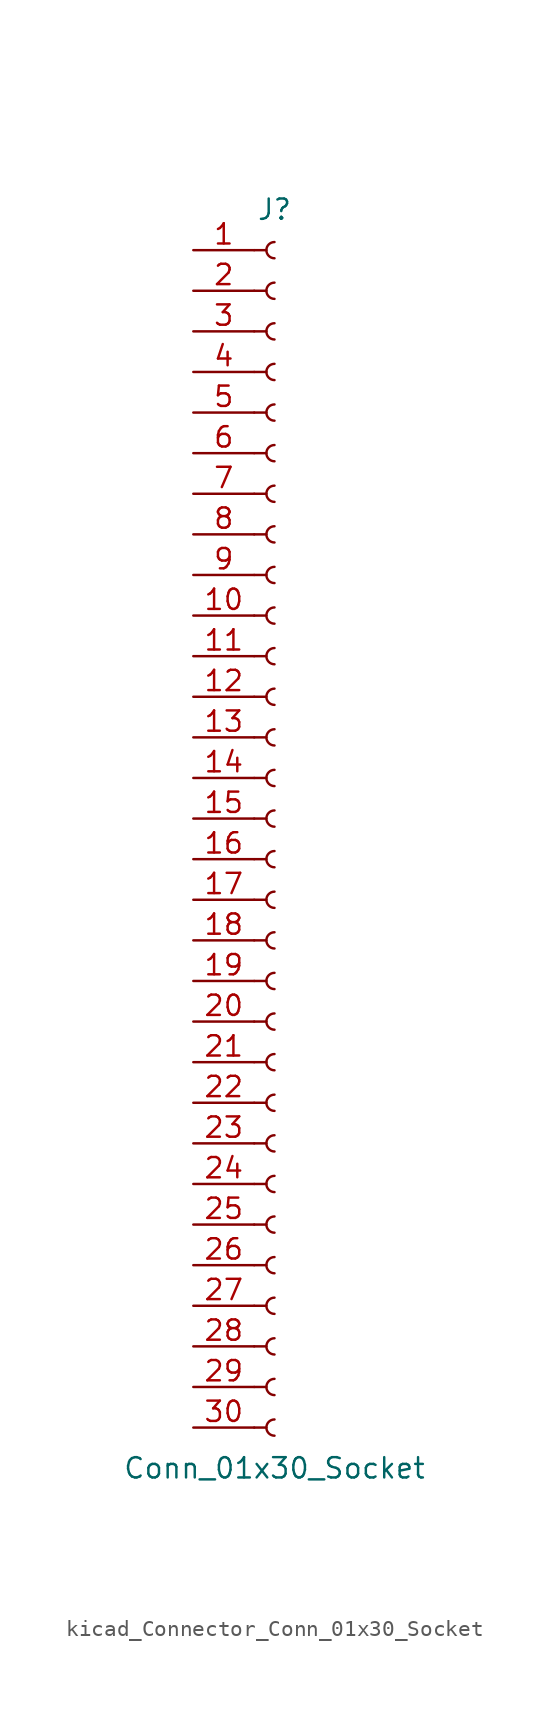
<source format=kicad_sym>
(kicad_symbol_lib
  (version 20220914)
  (generator kicad_symbol_editor)
  (symbol "kicad_Connector_Conn_01x30_Socket"
    (pin_names
      (offset 1.016) hide)
    (property "Reference" "J"
      (at 0 38.1 0)
      (effects (font (size 1.27 1.27))))
    (property "Value" "Conn_01x30_Socket"
      (at 0 -40.64 0)
      (effects (font (size 1.27 1.27))))
    (property "ki_locked" ""
      (at 0 0 0)
      (effects (font (size 1.27 1.27))))
    (symbol "kicad_Connector_Conn_01x30_Socket_1_1"
      (arc (start 0 -37.592) (mid -0.5058 -38.1) (end 0 -38.608) (stroke (width 0.1524) (type default)) (fill (type none)))
      (arc (start 0 -35.052) (mid -0.5058 -35.56) (end 0 -36.068) (stroke (width 0.1524) (type default)) (fill (type none)))
      (arc (start 0 -32.512) (mid -0.5058 -33.02) (end 0 -33.528) (stroke (width 0.1524) (type default)) (fill (type none)))
      (arc (start 0 -29.972) (mid -0.5058 -30.48) (end 0 -30.988) (stroke (width 0.1524) (type default)) (fill (type none)))
      (arc (start 0 -27.432) (mid -0.5058 -27.94) (end 0 -28.448) (stroke (width 0.1524) (type default)) (fill (type none)))
      (arc (start 0 -24.892) (mid -0.5058 -25.4) (end 0 -25.908) (stroke (width 0.1524) (type default)) (fill (type none)))
      (arc (start 0 -22.352) (mid -0.5058 -22.86) (end 0 -23.368) (stroke (width 0.1524) (type default)) (fill (type none)))
      (arc (start 0 -19.812) (mid -0.5058 -20.32) (end 0 -20.828) (stroke (width 0.1524) (type default)) (fill (type none)))
      (arc (start 0 -17.272) (mid -0.5058 -17.78) (end 0 -18.288) (stroke (width 0.1524) (type default)) (fill (type none)))
      (arc (start 0 -14.732) (mid -0.5058 -15.24) (end 0 -15.748) (stroke (width 0.1524) (type default)) (fill (type none)))
      (arc (start 0 -12.192) (mid -0.5058 -12.7) (end 0 -13.208) (stroke (width 0.1524) (type default)) (fill (type none)))
      (arc (start 0 -9.652) (mid -0.5058 -10.16) (end 0 -10.668) (stroke (width 0.1524) (type default)) (fill (type none)))
      (arc (start 0 -7.112) (mid -0.5058 -7.62) (end 0 -8.128) (stroke (width 0.1524) (type default)) (fill (type none)))
      (arc (start 0 -4.572) (mid -0.5058 -5.08) (end 0 -5.588) (stroke (width 0.1524) (type default)) (fill (type none)))
      (arc (start 0 -2.032) (mid -0.5058 -2.54) (end 0 -3.048) (stroke (width 0.1524) (type default)) (fill (type none)))
      (polyline (pts (xy -1.27 -38.1) (xy -0.508 -38.1)) (stroke (width 0.152) (type default)) (fill (type none)))
      (polyline (pts (xy -1.27 -35.56) (xy -0.508 -35.56)) (stroke (width 0.152) (type default)) (fill (type none)))
      (polyline (pts (xy -1.27 -33.02) (xy -0.508 -33.02)) (stroke (width 0.152) (type default)) (fill (type none)))
      (polyline (pts (xy -1.27 -30.48) (xy -0.508 -30.48)) (stroke (width 0.152) (type default)) (fill (type none)))
      (polyline (pts (xy -1.27 -27.94) (xy -0.508 -27.94)) (stroke (width 0.152) (type default)) (fill (type none)))
      (polyline (pts (xy -1.27 -25.4) (xy -0.508 -25.4)) (stroke (width 0.152) (type default)) (fill (type none)))
      (polyline (pts (xy -1.27 -22.86) (xy -0.508 -22.86)) (stroke (width 0.152) (type default)) (fill (type none)))
      (polyline (pts (xy -1.27 -20.32) (xy -0.508 -20.32)) (stroke (width 0.152) (type default)) (fill (type none)))
      (polyline (pts (xy -1.27 -17.78) (xy -0.508 -17.78)) (stroke (width 0.152) (type default)) (fill (type none)))
      (polyline (pts (xy -1.27 -15.24) (xy -0.508 -15.24)) (stroke (width 0.152) (type default)) (fill (type none)))
      (polyline (pts (xy -1.27 -12.7) (xy -0.508 -12.7)) (stroke (width 0.152) (type default)) (fill (type none)))
      (polyline (pts (xy -1.27 -10.16) (xy -0.508 -10.16)) (stroke (width 0.152) (type default)) (fill (type none)))
      (polyline (pts (xy -1.27 -7.62) (xy -0.508 -7.62)) (stroke (width 0.152) (type default)) (fill (type none)))
      (polyline (pts (xy -1.27 -5.08) (xy -0.508 -5.08)) (stroke (width 0.152) (type default)) (fill (type none)))
      (polyline (pts (xy -1.27 -2.54) (xy -0.508 -2.54)) (stroke (width 0.152) (type default)) (fill (type none)))
      (polyline (pts (xy -1.27 0) (xy -0.508 0)) (stroke (width 0.152) (type default)) (fill (type none)))
      (polyline (pts (xy -1.27 2.54) (xy -0.508 2.54)) (stroke (width 0.152) (type default)) (fill (type none)))
      (polyline (pts (xy -1.27 5.08) (xy -0.508 5.08)) (stroke (width 0.152) (type default)) (fill (type none)))
      (polyline (pts (xy -1.27 7.62) (xy -0.508 7.62)) (stroke (width 0.152) (type default)) (fill (type none)))
      (polyline (pts (xy -1.27 10.16) (xy -0.508 10.16)) (stroke (width 0.152) (type default)) (fill (type none)))
      (polyline (pts (xy -1.27 12.7) (xy -0.508 12.7)) (stroke (width 0.152) (type default)) (fill (type none)))
      (polyline (pts (xy -1.27 15.24) (xy -0.508 15.24)) (stroke (width 0.152) (type default)) (fill (type none)))
      (polyline (pts (xy -1.27 17.78) (xy -0.508 17.78)) (stroke (width 0.152) (type default)) (fill (type none)))
      (polyline (pts (xy -1.27 20.32) (xy -0.508 20.32)) (stroke (width 0.152) (type default)) (fill (type none)))
      (polyline (pts (xy -1.27 22.86) (xy -0.508 22.86)) (stroke (width 0.152) (type default)) (fill (type none)))
      (polyline (pts (xy -1.27 25.4) (xy -0.508 25.4)) (stroke (width 0.152) (type default)) (fill (type none)))
      (polyline (pts (xy -1.27 27.94) (xy -0.508 27.94)) (stroke (width 0.152) (type default)) (fill (type none)))
      (polyline (pts (xy -1.27 30.48) (xy -0.508 30.48)) (stroke (width 0.152) (type default)) (fill (type none)))
      (polyline (pts (xy -1.27 33.02) (xy -0.508 33.02)) (stroke (width 0.152) (type default)) (fill (type none)))
      (polyline (pts (xy -1.27 35.56) (xy -0.508 35.56)) (stroke (width 0.152) (type default)) (fill (type none)))
      (arc (start 0 0.508) (mid -0.5058 0) (end 0 -0.508) (stroke (width 0.1524) (type default)) (fill (type none)))
      (arc (start 0 3.048) (mid -0.5058 2.54) (end 0 2.032) (stroke (width 0.1524) (type default)) (fill (type none)))
      (arc (start 0 5.588) (mid -0.5058 5.08) (end 0 4.572) (stroke (width 0.1524) (type default)) (fill (type none)))
      (arc (start 0 8.128) (mid -0.5058 7.62) (end 0 7.112) (stroke (width 0.1524) (type default)) (fill (type none)))
      (arc (start 0 10.668) (mid -0.5058 10.16) (end 0 9.652) (stroke (width 0.1524) (type default)) (fill (type none)))
      (arc (start 0 13.208) (mid -0.5058 12.7) (end 0 12.192) (stroke (width 0.1524) (type default)) (fill (type none)))
      (arc (start 0 15.748) (mid -0.5058 15.24) (end 0 14.732) (stroke (width 0.1524) (type default)) (fill (type none)))
      (arc (start 0 18.288) (mid -0.5058 17.78) (end 0 17.272) (stroke (width 0.1524) (type default)) (fill (type none)))
      (arc (start 0 20.828) (mid -0.5058 20.32) (end 0 19.812) (stroke (width 0.1524) (type default)) (fill (type none)))
      (arc (start 0 23.368) (mid -0.5058 22.86) (end 0 22.352) (stroke (width 0.1524) (type default)) (fill (type none)))
      (arc (start 0 25.908) (mid -0.5058 25.4) (end 0 24.892) (stroke (width 0.1524) (type default)) (fill (type none)))
      (arc (start 0 28.448) (mid -0.5058 27.94) (end 0 27.432) (stroke (width 0.1524) (type default)) (fill (type none)))
      (arc (start 0 30.988) (mid -0.5058 30.48) (end 0 29.972) (stroke (width 0.1524) (type default)) (fill (type none)))
      (arc (start 0 33.528) (mid -0.5058 33.02) (end 0 32.512) (stroke (width 0.1524) (type default)) (fill (type none)))
      (arc (start 0 36.068) (mid -0.5058 35.56) (end 0 35.052) (stroke (width 0.1524) (type default)) (fill (type none)))
      (pin passive line (at -5.08 35.56 0) (length 3.81) (name "Pin_1" (effects (font (size 1.27 1.27)))) (number "1" (effects (font (size 1.27 1.27)))))
      (pin passive line (at -5.08 12.7 0) (length 3.81) (name "Pin_10" (effects (font (size 1.27 1.27)))) (number "10" (effects (font (size 1.27 1.27)))))
      (pin passive line (at -5.08 10.16 0) (length 3.81) (name "Pin_11" (effects (font (size 1.27 1.27)))) (number "11" (effects (font (size 1.27 1.27)))))
      (pin passive line (at -5.08 7.62 0) (length 3.81) (name "Pin_12" (effects (font (size 1.27 1.27)))) (number "12" (effects (font (size 1.27 1.27)))))
      (pin passive line (at -5.08 5.08 0) (length 3.81) (name "Pin_13" (effects (font (size 1.27 1.27)))) (number "13" (effects (font (size 1.27 1.27)))))
      (pin passive line (at -5.08 2.54 0) (length 3.81) (name "Pin_14" (effects (font (size 1.27 1.27)))) (number "14" (effects (font (size 1.27 1.27)))))
      (pin passive line (at -5.08 0 0) (length 3.81) (name "Pin_15" (effects (font (size 1.27 1.27)))) (number "15" (effects (font (size 1.27 1.27)))))
      (pin passive line (at -5.08 -2.54 0) (length 3.81) (name "Pin_16" (effects (font (size 1.27 1.27)))) (number "16" (effects (font (size 1.27 1.27)))))
      (pin passive line (at -5.08 -5.08 0) (length 3.81) (name "Pin_17" (effects (font (size 1.27 1.27)))) (number "17" (effects (font (size 1.27 1.27)))))
      (pin passive line (at -5.08 -7.62 0) (length 3.81) (name "Pin_18" (effects (font (size 1.27 1.27)))) (number "18" (effects (font (size 1.27 1.27)))))
      (pin passive line (at -5.08 -10.16 0) (length 3.81) (name "Pin_19" (effects (font (size 1.27 1.27)))) (number "19" (effects (font (size 1.27 1.27)))))
      (pin passive line (at -5.08 33.02 0) (length 3.81) (name "Pin_2" (effects (font (size 1.27 1.27)))) (number "2" (effects (font (size 1.27 1.27)))))
      (pin passive line (at -5.08 -12.7 0) (length 3.81) (name "Pin_20" (effects (font (size 1.27 1.27)))) (number "20" (effects (font (size 1.27 1.27)))))
      (pin passive line (at -5.08 -15.24 0) (length 3.81) (name "Pin_21" (effects (font (size 1.27 1.27)))) (number "21" (effects (font (size 1.27 1.27)))))
      (pin passive line (at -5.08 -17.78 0) (length 3.81) (name "Pin_22" (effects (font (size 1.27 1.27)))) (number "22" (effects (font (size 1.27 1.27)))))
      (pin passive line (at -5.08 -20.32 0) (length 3.81) (name "Pin_23" (effects (font (size 1.27 1.27)))) (number "23" (effects (font (size 1.27 1.27)))))
      (pin passive line (at -5.08 -22.86 0) (length 3.81) (name "Pin_24" (effects (font (size 1.27 1.27)))) (number "24" (effects (font (size 1.27 1.27)))))
      (pin passive line (at -5.08 -25.4 0) (length 3.81) (name "Pin_25" (effects (font (size 1.27 1.27)))) (number "25" (effects (font (size 1.27 1.27)))))
      (pin passive line (at -5.08 -27.94 0) (length 3.81) (name "Pin_26" (effects (font (size 1.27 1.27)))) (number "26" (effects (font (size 1.27 1.27)))))
      (pin passive line (at -5.08 -30.48 0) (length 3.81) (name "Pin_27" (effects (font (size 1.27 1.27)))) (number "27" (effects (font (size 1.27 1.27)))))
      (pin passive line (at -5.08 -33.02 0) (length 3.81) (name "Pin_28" (effects (font (size 1.27 1.27)))) (number "28" (effects (font (size 1.27 1.27)))))
      (pin passive line (at -5.08 -35.56 0) (length 3.81) (name "Pin_29" (effects (font (size 1.27 1.27)))) (number "29" (effects (font (size 1.27 1.27)))))
      (pin passive line (at -5.08 30.48 0) (length 3.81) (name "Pin_3" (effects (font (size 1.27 1.27)))) (number "3" (effects (font (size 1.27 1.27)))))
      (pin passive line (at -5.08 -38.1 0) (length 3.81) (name "Pin_30" (effects (font (size 1.27 1.27)))) (number "30" (effects (font (size 1.27 1.27)))))
      (pin passive line (at -5.08 27.94 0) (length 3.81) (name "Pin_4" (effects (font (size 1.27 1.27)))) (number "4" (effects (font (size 1.27 1.27)))))
      (pin passive line (at -5.08 25.4 0) (length 3.81) (name "Pin_5" (effects (font (size 1.27 1.27)))) (number "5" (effects (font (size 1.27 1.27)))))
      (pin passive line (at -5.08 22.86 0) (length 3.81) (name "Pin_6" (effects (font (size 1.27 1.27)))) (number "6" (effects (font (size 1.27 1.27)))))
      (pin passive line (at -5.08 20.32 0) (length 3.81) (name "Pin_7" (effects (font (size 1.27 1.27)))) (number "7" (effects (font (size 1.27 1.27)))))
      (pin passive line (at -5.08 17.78 0) (length 3.81) (name "Pin_8" (effects (font (size 1.27 1.27)))) (number "8" (effects (font (size 1.27 1.27)))))
      (pin passive line (at -5.08 15.24 0) (length 3.81) (name "Pin_9" (effects (font (size 1.27 1.27)))) (number "9" (effects (font (size 1.27 1.27))))))))
</source>
